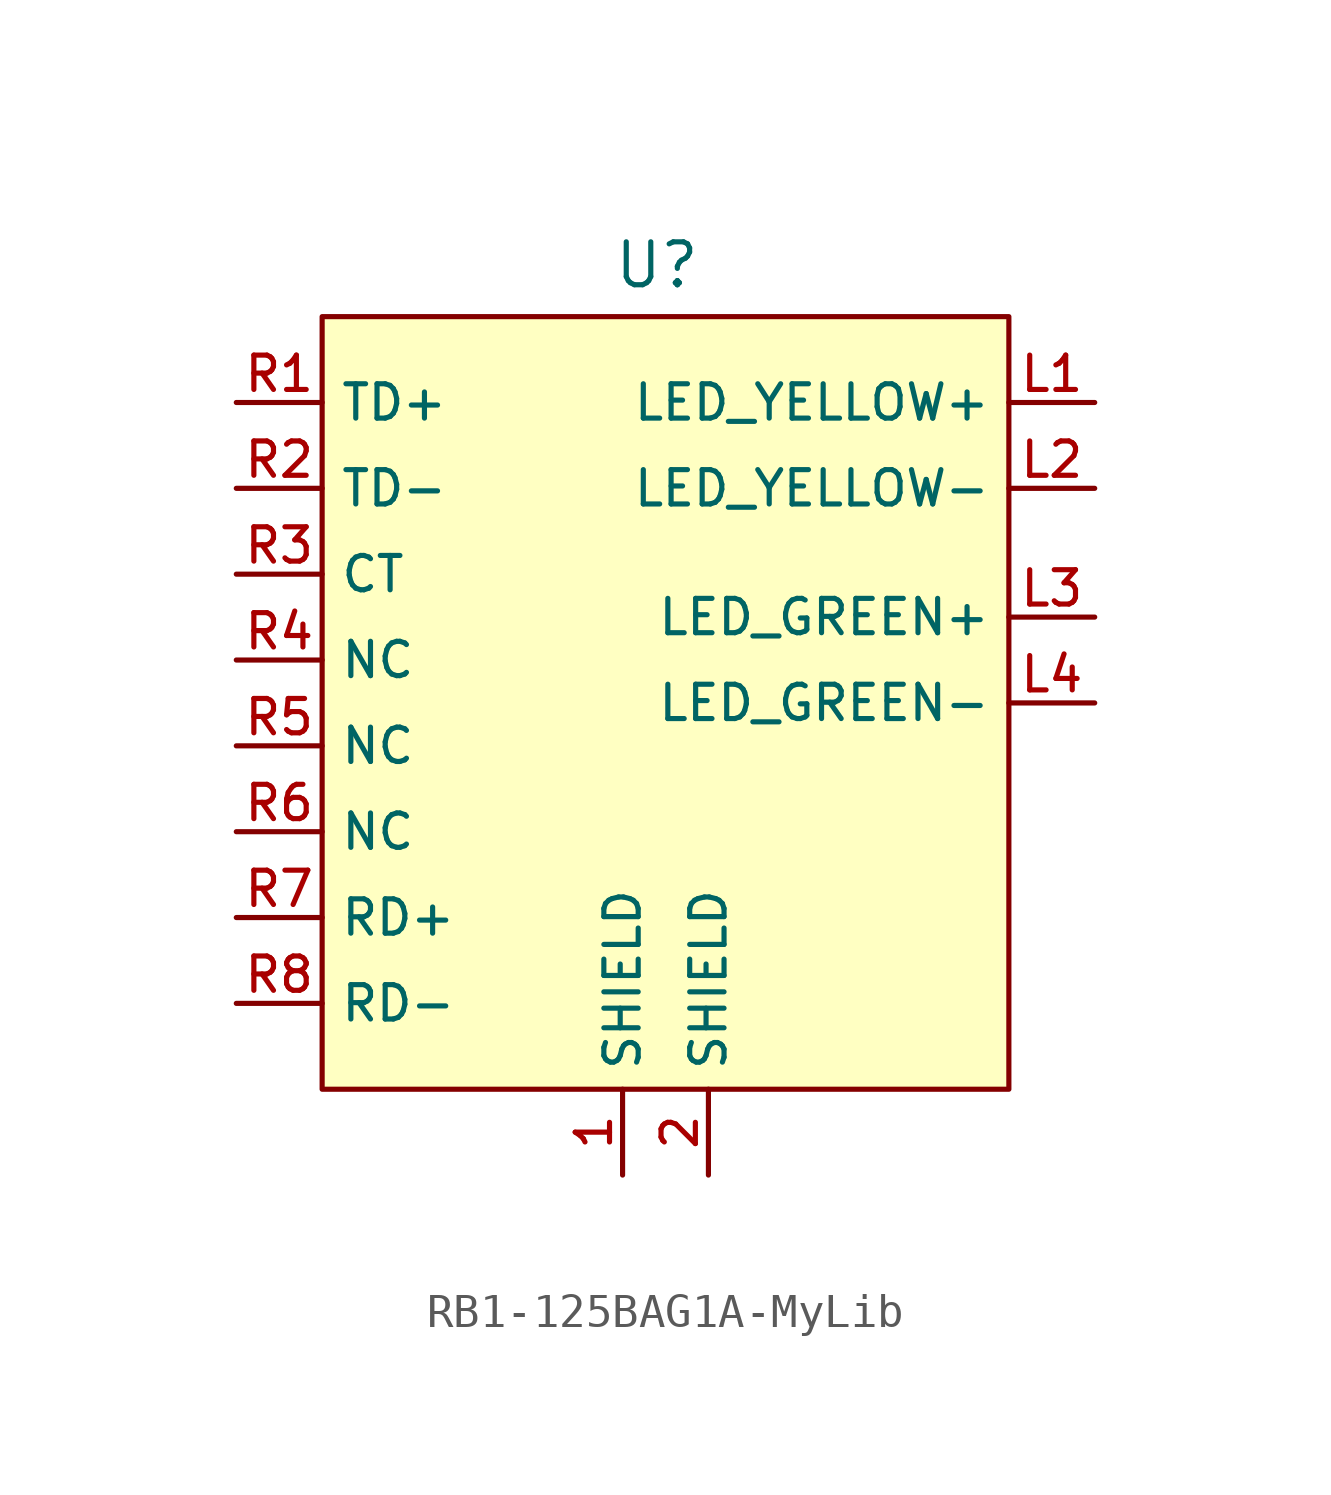
<source format=kicad_sym>
(kicad_symbol_lib
  (version 20231120)
  (generator "kicad_symbol_editor")
  (generator_version "8.0")
  (symbol "RB1-125BAG1A-MyLib"
    (property "Reference" "U"
      (at -0.254 12.954 0)
      (effects (font (size 1.27 1.27))))
    (property "Value" ""
      (at -10.16 11.43 0)
      (effects (font (size 1.27 1.27))))
    (symbol "RB1-125BAG1A-MyLib_1_1"
      (rectangle (start -10.16 11.43) (end 10.16 -11.43) (stroke (width 0) (type default)) (fill (type background)))
      (pin unspecified line (at -1.27 -13.97 90) (length 2.54) (name "SHIELD" (effects (font (size 1.016 1.016)))) (number "1" (effects (font (size 1.016 1.016)))))
      (pin unspecified line (at 1.27 -13.97 90) (length 2.54) (name "SHIELD" (effects (font (size 1.016 1.016)))) (number "2" (effects (font (size 1.016 1.016)))))
      (pin unspecified line (at 12.7 8.89 180) (length 2.54) (name "LED_YELLOW+" (effects (font (size 1.016 1.016)))) (number "L1" (effects (font (size 1.016 1.016)))))
      (pin unspecified line (at 12.7 6.35 180) (length 2.54) (name "LED_YELLOW-" (effects (font (size 1.016 1.016)))) (number "L2" (effects (font (size 1.016 1.016)))))
      (pin unspecified line (at 12.7 2.54 180) (length 2.54) (name "LED_GREEN+" (effects (font (size 1.016 1.016)))) (number "L3" (effects (font (size 1.016 1.016)))))
      (pin unspecified line (at 12.7 0 180) (length 2.54) (name "LED_GREEN-" (effects (font (size 1.016 1.016)))) (number "L4" (effects (font (size 1.016 1.016)))))
      (pin unspecified line (at -12.7 8.89 0) (length 2.54) (name "TD+" (effects (font (size 1.016 1.016)))) (number "R1" (effects (font (size 1.016 1.016)))))
      (pin unspecified line (at -12.7 6.35 0) (length 2.54) (name "TD-" (effects (font (size 1.016 1.016)))) (number "R2" (effects (font (size 1.016 1.016)))))
      (pin unspecified line (at -12.7 3.81 0) (length 2.54) (name "CT" (effects (font (size 1.016 1.016)))) (number "R3" (effects (font (size 1.016 1.016)))))
      (pin unspecified line (at -12.7 1.27 0) (length 2.54) (name "NC" (effects (font (size 1.016 1.016)))) (number "R4" (effects (font (size 1.016 1.016)))))
      (pin unspecified line (at -12.7 -1.27 0) (length 2.54) (name "NC" (effects (font (size 1.016 1.016)))) (number "R5" (effects (font (size 1.016 1.016)))))
      (pin unspecified line (at -12.7 -3.81 0) (length 2.54) (name "NC" (effects (font (size 1.016 1.016)))) (number "R6" (effects (font (size 1.016 1.016)))))
      (pin unspecified line (at -12.7 -6.35 0) (length 2.54) (name "RD+" (effects (font (size 1.016 1.016)))) (number "R7" (effects (font (size 1.016 1.016)))))
      (pin unspecified line (at -12.7 -8.89 0) (length 2.54) (name "RD-" (effects (font (size 1.016 1.016)))) (number "R8" (effects (font (size 1.016 1.016))))))))
</source>
